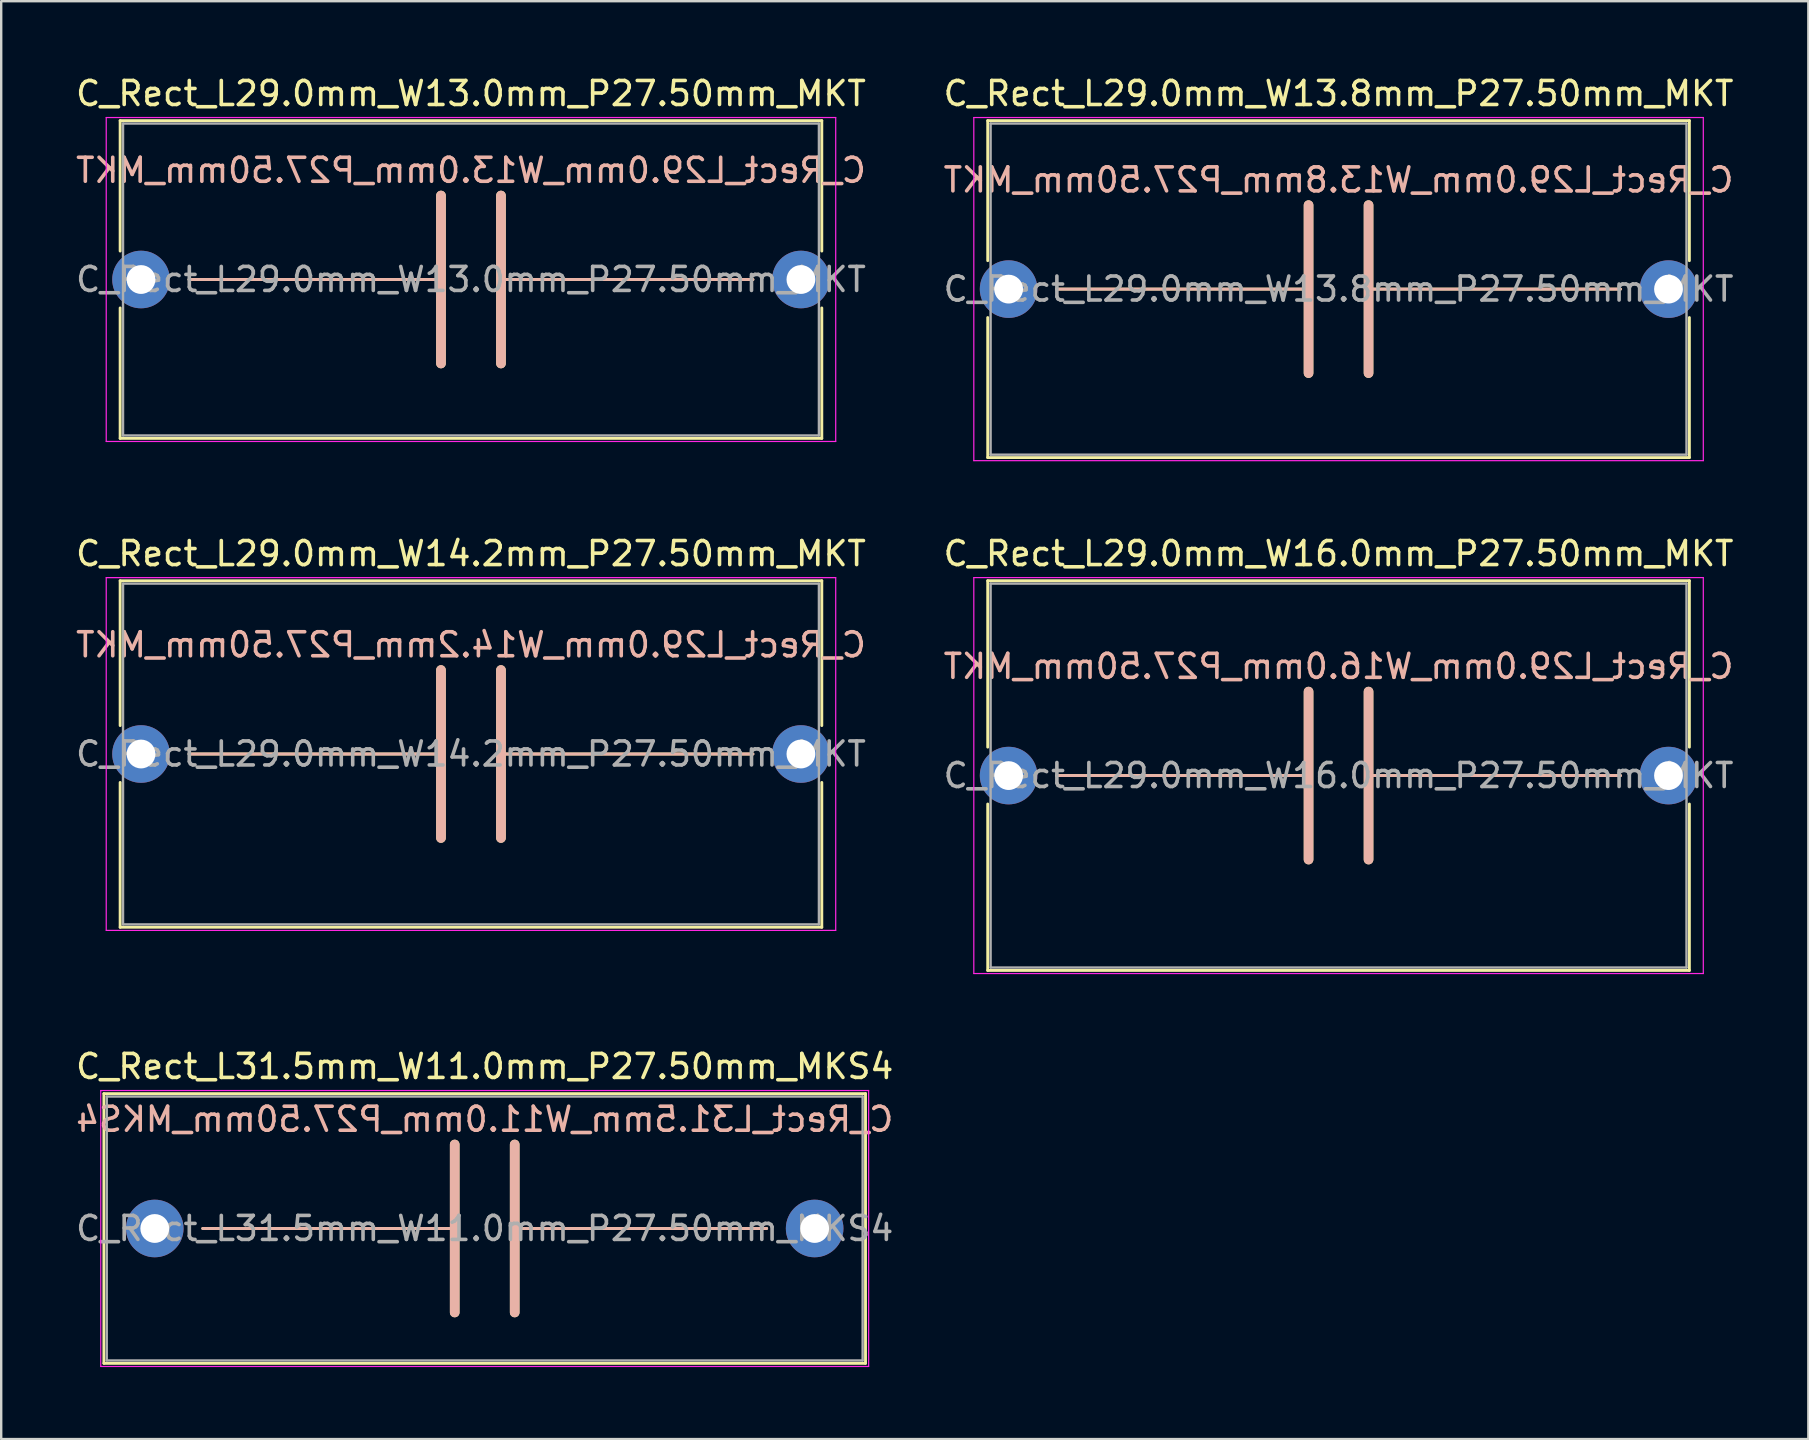
<source format=kicad_pcb>
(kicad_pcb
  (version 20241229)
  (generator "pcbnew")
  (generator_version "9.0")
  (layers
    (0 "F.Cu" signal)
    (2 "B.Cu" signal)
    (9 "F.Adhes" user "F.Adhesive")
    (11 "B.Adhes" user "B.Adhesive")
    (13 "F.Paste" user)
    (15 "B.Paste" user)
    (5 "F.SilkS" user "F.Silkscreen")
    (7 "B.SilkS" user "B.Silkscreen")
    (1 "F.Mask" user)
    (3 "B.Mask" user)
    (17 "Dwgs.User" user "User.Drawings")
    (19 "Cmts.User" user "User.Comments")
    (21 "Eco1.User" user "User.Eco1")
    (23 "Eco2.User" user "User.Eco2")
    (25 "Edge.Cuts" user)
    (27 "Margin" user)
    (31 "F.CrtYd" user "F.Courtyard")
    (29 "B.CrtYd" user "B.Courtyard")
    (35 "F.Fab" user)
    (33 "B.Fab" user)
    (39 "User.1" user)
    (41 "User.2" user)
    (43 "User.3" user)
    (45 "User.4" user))
  (footprint "C_Rect_L29.0mm_W13.8mm_P27.50mm_MKT"
    (layer "F.Cu")
    (at 38.982 8.998)
    (property "Reference" "C_Rect_L29.0mm_W13.8mm_P27.50mm_MKT" (at 13.75 -8.15 0) (layer "F.SilkS") (effects (font (size 1 1) (thickness 0.15))))
    (fp_line (start -0.87 -7.02) (end -0.87 -1.185) (stroke (width 0.12) (type solid)) (layer "F.SilkS"))
    (fp_line (start -0.87 -7.02) (end 28.37 -7.02) (stroke (width 0.12) (type solid)) (layer "F.SilkS"))
    (fp_line (start -0.87 1.185) (end -0.87 7.02) (stroke (width 0.12) (type solid)) (layer "F.SilkS"))
    (fp_line (start -0.87 7.02) (end 28.37 7.02) (stroke (width 0.12) (type solid)) (layer "F.SilkS"))
    (fp_line (start 2 0) (end 12.5 0) (stroke (width 0.12) (type solid)) (layer "F.SilkS"))
    (fp_line (start 12.5 -3.5) (end 12.5 3.5) (stroke (width 0.4) (type solid)) (layer "F.SilkS"))
    (fp_line (start 15 -3.5) (end 15 3.5) (stroke (width 0.4) (type solid)) (layer "F.SilkS"))
    (fp_line (start 15 0) (end 25.5 0) (stroke (width 0.12) (type solid)) (layer "F.SilkS"))
    (fp_line (start 28.37 -7.02) (end 28.37 -1.185) (stroke (width 0.12) (type solid)) (layer "F.SilkS"))
    (fp_line (start 28.37 1.185) (end 28.37 7.02) (stroke (width 0.12) (type solid)) (layer "F.SilkS"))
    (fp_line (start 2 0) (end 12.5 0) (stroke (width 0.12) (type solid)) (layer "B.SilkS"))
    (fp_line (start 12.5 3.5) (end 12.5 -3.5) (stroke (width 0.4) (type solid)) (layer "B.SilkS"))
    (fp_line (start 15 0) (end 25.5 0) (stroke (width 0.12) (type solid)) (layer "B.SilkS"))
    (fp_line (start 15 3.5) (end 15 -3.5) (stroke (width 0.4) (type solid)) (layer "B.SilkS"))
    (fp_line (start -1.45 -7.15) (end -1.45 7.15) (stroke (width 0.05) (type solid)) (layer "F.CrtYd"))
    (fp_line (start -1.45 7.15) (end 28.95 7.15) (stroke (width 0.05) (type solid)) (layer "F.CrtYd"))
    (fp_line (start 28.95 -7.15) (end -1.45 -7.15) (stroke (width 0.05) (type solid)) (layer "F.CrtYd"))
    (fp_line (start 28.95 7.15) (end 28.95 -7.15) (stroke (width 0.05) (type solid)) (layer "F.CrtYd"))
    (fp_line (start -0.75 -6.9) (end -0.75 6.9) (stroke (width 0.1) (type solid)) (layer "F.Fab"))
    (fp_line (start -0.75 6.9) (end 28.25 6.9) (stroke (width 0.1) (type solid)) (layer "F.Fab"))
    (fp_line (start 28.25 -6.9) (end -0.75 -6.9) (stroke (width 0.1) (type solid)) (layer "F.Fab"))
    (fp_line (start 28.25 6.9) (end 28.25 -6.9) (stroke (width 0.1) (type solid)) (layer "F.Fab"))
    (fp_text user "${REFERENCE}" (at 13.75 -4.55 0) (layer "B.SilkS") (effects (font (size 1 1) (thickness 0.15)) (justify mirror)))
    (fp_text user "${REFERENCE}" (at 13.75 0 0) (layer "F.Fab") (effects (font (size 1 1) (thickness 0.15))))
    (pad "1" thru_hole circle (at 0 0) (size 2.4 2.4) (drill 1.2) (layers "*.Cu" "*.Mask"))
    (pad "2" thru_hole circle (at 27.5 0) (size 2.4 2.4) (drill 1.2) (layers "*.Cu" "*.Mask")))
  (footprint "C_Rect_L29.0mm_W16.0mm_P27.50mm_MKT"
    (layer "F.Cu")
    (at 38.982 29.271)
    (property "Reference" "C_Rect_L29.0mm_W16.0mm_P27.50mm_MKT" (at 13.75 -9.25 0) (layer "F.SilkS") (effects (font (size 1 1) (thickness 0.15))))
    (fp_line (start -0.87 -8.12) (end -0.87 -1.185) (stroke (width 0.12) (type solid)) (layer "F.SilkS"))
    (fp_line (start -0.87 -8.12) (end 28.37 -8.12) (stroke (width 0.12) (type solid)) (layer "F.SilkS"))
    (fp_line (start -0.87 1.185) (end -0.87 8.12) (stroke (width 0.12) (type solid)) (layer "F.SilkS"))
    (fp_line (start -0.87 8.12) (end 28.37 8.12) (stroke (width 0.12) (type solid)) (layer "F.SilkS"))
    (fp_line (start 2 0) (end 12.5 0) (stroke (width 0.12) (type solid)) (layer "F.SilkS"))
    (fp_line (start 12.5 -3.5) (end 12.5 3.5) (stroke (width 0.4) (type solid)) (layer "F.SilkS"))
    (fp_line (start 15 -3.5) (end 15 3.5) (stroke (width 0.4) (type solid)) (layer "F.SilkS"))
    (fp_line (start 15 0) (end 25.5 0) (stroke (width 0.12) (type solid)) (layer "F.SilkS"))
    (fp_line (start 28.37 -8.12) (end 28.37 -1.185) (stroke (width 0.12) (type solid)) (layer "F.SilkS"))
    (fp_line (start 28.37 1.185) (end 28.37 8.12) (stroke (width 0.12) (type solid)) (layer "F.SilkS"))
    (fp_line (start 2 0) (end 12.5 0) (stroke (width 0.12) (type solid)) (layer "B.SilkS"))
    (fp_line (start 12.5 3.5) (end 12.5 -3.5) (stroke (width 0.4) (type solid)) (layer "B.SilkS"))
    (fp_line (start 15 0) (end 25.5 0) (stroke (width 0.12) (type solid)) (layer "B.SilkS"))
    (fp_line (start 15 3.5) (end 15 -3.5) (stroke (width 0.4) (type solid)) (layer "B.SilkS"))
    (fp_line (start -1.45 -8.25) (end -1.45 8.25) (stroke (width 0.05) (type solid)) (layer "F.CrtYd"))
    (fp_line (start -1.45 8.25) (end 28.95 8.25) (stroke (width 0.05) (type solid)) (layer "F.CrtYd"))
    (fp_line (start 28.95 -8.25) (end -1.45 -8.25) (stroke (width 0.05) (type solid)) (layer "F.CrtYd"))
    (fp_line (start 28.95 8.25) (end 28.95 -8.25) (stroke (width 0.05) (type solid)) (layer "F.CrtYd"))
    (fp_line (start -0.75 -8) (end -0.75 8) (stroke (width 0.1) (type solid)) (layer "F.Fab"))
    (fp_line (start -0.75 8) (end 28.25 8) (stroke (width 0.1) (type solid)) (layer "F.Fab"))
    (fp_line (start 28.25 -8) (end -0.75 -8) (stroke (width 0.1) (type solid)) (layer "F.Fab"))
    (fp_line (start 28.25 8) (end 28.25 -8) (stroke (width 0.1) (type solid)) (layer "F.Fab"))
    (fp_text user "${REFERENCE}" (at 13.75 -4.55 0) (layer "B.SilkS") (effects (font (size 1 1) (thickness 0.15)) (justify mirror)))
    (fp_text user "${REFERENCE}" (at 13.75 0 0) (layer "F.Fab") (effects (font (size 1 1) (thickness 0.15))))
    (pad "1" thru_hole circle (at 0 0) (size 2.4 2.4) (drill 1.2) (layers "*.Cu" "*.Mask"))
    (pad "2" thru_hole circle (at 27.5 0) (size 2.4 2.4) (drill 1.2) (layers "*.Cu" "*.Mask")))
  (footprint "C_Rect_L29.0mm_W13.0mm_P27.50mm_MKT"
    (layer "F.Cu")
    (at 2.827 8.598)
    (property "Reference" "C_Rect_L29.0mm_W13.0mm_P27.50mm_MKT" (at 13.75 -7.75 0) (layer "F.SilkS") (effects (font (size 1 1) (thickness 0.15))))
    (fp_line (start -0.87 -6.62) (end -0.87 -1.185) (stroke (width 0.12) (type solid)) (layer "F.SilkS"))
    (fp_line (start -0.87 -6.62) (end 28.37 -6.62) (stroke (width 0.12) (type solid)) (layer "F.SilkS"))
    (fp_line (start -0.87 1.185) (end -0.87 6.62) (stroke (width 0.12) (type solid)) (layer "F.SilkS"))
    (fp_line (start -0.87 6.62) (end 28.37 6.62) (stroke (width 0.12) (type solid)) (layer "F.SilkS"))
    (fp_line (start 2 0) (end 12.5 0) (stroke (width 0.12) (type solid)) (layer "F.SilkS"))
    (fp_line (start 12.5 -3.5) (end 12.5 3.5) (stroke (width 0.4) (type solid)) (layer "F.SilkS"))
    (fp_line (start 15 -3.5) (end 15 3.5) (stroke (width 0.4) (type solid)) (layer "F.SilkS"))
    (fp_line (start 15 0) (end 25.5 0) (stroke (width 0.12) (type solid)) (layer "F.SilkS"))
    (fp_line (start 28.37 -6.62) (end 28.37 -1.185) (stroke (width 0.12) (type solid)) (layer "F.SilkS"))
    (fp_line (start 28.37 1.185) (end 28.37 6.62) (stroke (width 0.12) (type solid)) (layer "F.SilkS"))
    (fp_line (start 2 0) (end 12.5 0) (stroke (width 0.12) (type solid)) (layer "B.SilkS"))
    (fp_line (start 12.5 3.5) (end 12.5 -3.5) (stroke (width 0.4) (type solid)) (layer "B.SilkS"))
    (fp_line (start 15 0) (end 25.5 0) (stroke (width 0.12) (type solid)) (layer "B.SilkS"))
    (fp_line (start 15 3.5) (end 15 -3.5) (stroke (width 0.4) (type solid)) (layer "B.SilkS"))
    (fp_line (start -1.45 -6.75) (end -1.45 6.75) (stroke (width 0.05) (type solid)) (layer "F.CrtYd"))
    (fp_line (start -1.45 6.75) (end 28.95 6.75) (stroke (width 0.05) (type solid)) (layer "F.CrtYd"))
    (fp_line (start 28.95 -6.75) (end -1.45 -6.75) (stroke (width 0.05) (type solid)) (layer "F.CrtYd"))
    (fp_line (start 28.95 6.75) (end 28.95 -6.75) (stroke (width 0.05) (type solid)) (layer "F.CrtYd"))
    (fp_line (start -0.75 -6.5) (end -0.75 6.5) (stroke (width 0.1) (type solid)) (layer "F.Fab"))
    (fp_line (start -0.75 6.5) (end 28.25 6.5) (stroke (width 0.1) (type solid)) (layer "F.Fab"))
    (fp_line (start 28.25 -6.5) (end -0.75 -6.5) (stroke (width 0.1) (type solid)) (layer "F.Fab"))
    (fp_line (start 28.25 6.5) (end 28.25 -6.5) (stroke (width 0.1) (type solid)) (layer "F.Fab"))
    (fp_text user "${REFERENCE}" (at 13.75 -4.55 0) (layer "B.SilkS") (effects (font (size 1 1) (thickness 0.15)) (justify mirror)))
    (fp_text user "${REFERENCE}" (at 13.75 0 0) (layer "F.Fab") (effects (font (size 1 1) (thickness 0.15))))
    (pad "1" thru_hole circle (at 0 0) (size 2.4 2.4) (drill 1.2) (layers "*.Cu" "*.Mask"))
    (pad "2" thru_hole circle (at 27.5 0) (size 2.4 2.4) (drill 1.2) (layers "*.Cu" "*.Mask")))
  (footprint "C_Rect_L31.5mm_W11.0mm_P27.50mm_MKS4"
    (layer "F.Cu")
    (at 3.399 48.145)
    (property "Reference" "C_Rect_L31.5mm_W11.0mm_P27.50mm_MKS4" (at 13.75 -6.75 0) (layer "F.SilkS") (effects (font (size 1 1) (thickness 0.15))))
    (fp_line (start -2.12 -5.62) (end -2.12 5.62) (stroke (width 0.12) (type solid)) (layer "F.SilkS"))
    (fp_line (start -2.12 -5.62) (end 29.62 -5.62) (stroke (width 0.12) (type solid)) (layer "F.SilkS"))
    (fp_line (start -2.12 5.62) (end 29.62 5.62) (stroke (width 0.12) (type solid)) (layer "F.SilkS"))
    (fp_line (start 2 0) (end 12.5 0) (stroke (width 0.12) (type solid)) (layer "F.SilkS"))
    (fp_line (start 12.5 -3.5) (end 12.5 3.5) (stroke (width 0.4) (type solid)) (layer "F.SilkS"))
    (fp_line (start 15 -3.5) (end 15 3.5) (stroke (width 0.4) (type solid)) (layer "F.SilkS"))
    (fp_line (start 15 0) (end 25.5 0) (stroke (width 0.12) (type solid)) (layer "F.SilkS"))
    (fp_line (start 29.62 -5.62) (end 29.62 5.62) (stroke (width 0.12) (type solid)) (layer "F.SilkS"))
    (fp_line (start 2 0) (end 12.5 0) (stroke (width 0.12) (type solid)) (layer "B.SilkS"))
    (fp_line (start 12.5 3.5) (end 12.5 -3.5) (stroke (width 0.4) (type solid)) (layer "B.SilkS"))
    (fp_line (start 15 0) (end 25.5 0) (stroke (width 0.12) (type solid)) (layer "B.SilkS"))
    (fp_line (start 15 3.5) (end 15 -3.5) (stroke (width 0.4) (type solid)) (layer "B.SilkS"))
    (fp_line (start -2.25 -5.75) (end -2.25 5.75) (stroke (width 0.05) (type solid)) (layer "F.CrtYd"))
    (fp_line (start -2.25 5.75) (end 29.75 5.75) (stroke (width 0.05) (type solid)) (layer "F.CrtYd"))
    (fp_line (start 29.75 -5.75) (end -2.25 -5.75) (stroke (width 0.05) (type solid)) (layer "F.CrtYd"))
    (fp_line (start 29.75 5.75) (end 29.75 -5.75) (stroke (width 0.05) (type solid)) (layer "F.CrtYd"))
    (fp_line (start -2 -5.5) (end -2 5.5) (stroke (width 0.1) (type solid)) (layer "F.Fab"))
    (fp_line (start -2 5.5) (end 29.5 5.5) (stroke (width 0.1) (type solid)) (layer "F.Fab"))
    (fp_line (start 29.5 -5.5) (end -2 -5.5) (stroke (width 0.1) (type solid)) (layer "F.Fab"))
    (fp_line (start 29.5 5.5) (end 29.5 -5.5) (stroke (width 0.1) (type solid)) (layer "F.Fab"))
    (fp_text user "${REFERENCE}" (at 13.75 -4.55 0) (layer "B.SilkS") (effects (font (size 1 1) (thickness 0.15)) (justify mirror)))
    (fp_text user "${REFERENCE}" (at 13.75 0 0) (layer "F.Fab") (effects (font (size 1 1) (thickness 0.15))))
    (pad "1" thru_hole circle (at 0 0) (size 2.4 2.4) (drill 1.2) (layers "*.Cu" "*.Mask"))
    (pad "2" thru_hole circle (at 27.5 0) (size 2.4 2.4) (drill 1.2) (layers "*.Cu" "*.Mask")))
  (footprint "C_Rect_L29.0mm_W14.2mm_P27.50mm_MKT"
    (layer "F.Cu")
    (at 2.827 28.372)
    (property "Reference" "C_Rect_L29.0mm_W14.2mm_P27.50mm_MKT" (at 13.75 -8.35 0) (layer "F.SilkS") (effects (font (size 1 1) (thickness 0.15))))
    (fp_line (start -0.87 -7.22) (end -0.87 -1.185) (stroke (width 0.12) (type solid)) (layer "F.SilkS"))
    (fp_line (start -0.87 -7.22) (end 28.37 -7.22) (stroke (width 0.12) (type solid)) (layer "F.SilkS"))
    (fp_line (start -0.87 1.185) (end -0.87 7.22) (stroke (width 0.12) (type solid)) (layer "F.SilkS"))
    (fp_line (start -0.87 7.22) (end 28.37 7.22) (stroke (width 0.12) (type solid)) (layer "F.SilkS"))
    (fp_line (start 2 0) (end 12.5 0) (stroke (width 0.12) (type solid)) (layer "F.SilkS"))
    (fp_line (start 12.5 -3.5) (end 12.5 3.5) (stroke (width 0.4) (type solid)) (layer "F.SilkS"))
    (fp_line (start 15 -3.5) (end 15 3.5) (stroke (width 0.4) (type solid)) (layer "F.SilkS"))
    (fp_line (start 15 0) (end 25.5 0) (stroke (width 0.12) (type solid)) (layer "F.SilkS"))
    (fp_line (start 28.37 -7.22) (end 28.37 -1.185) (stroke (width 0.12) (type solid)) (layer "F.SilkS"))
    (fp_line (start 28.37 1.185) (end 28.37 7.22) (stroke (width 0.12) (type solid)) (layer "F.SilkS"))
    (fp_line (start 2 0) (end 12.5 0) (stroke (width 0.12) (type solid)) (layer "B.SilkS"))
    (fp_line (start 12.5 3.5) (end 12.5 -3.5) (stroke (width 0.4) (type solid)) (layer "B.SilkS"))
    (fp_line (start 15 0) (end 25.5 0) (stroke (width 0.12) (type solid)) (layer "B.SilkS"))
    (fp_line (start 15 3.5) (end 15 -3.5) (stroke (width 0.4) (type solid)) (layer "B.SilkS"))
    (fp_line (start -1.45 -7.35) (end -1.45 7.35) (stroke (width 0.05) (type solid)) (layer "F.CrtYd"))
    (fp_line (start -1.45 7.35) (end 28.95 7.35) (stroke (width 0.05) (type solid)) (layer "F.CrtYd"))
    (fp_line (start 28.95 -7.35) (end -1.45 -7.35) (stroke (width 0.05) (type solid)) (layer "F.CrtYd"))
    (fp_line (start 28.95 7.35) (end 28.95 -7.35) (stroke (width 0.05) (type solid)) (layer "F.CrtYd"))
    (fp_line (start -0.75 -7.1) (end -0.75 7.1) (stroke (width 0.1) (type solid)) (layer "F.Fab"))
    (fp_line (start -0.75 7.1) (end 28.25 7.1) (stroke (width 0.1) (type solid)) (layer "F.Fab"))
    (fp_line (start 28.25 -7.1) (end -0.75 -7.1) (stroke (width 0.1) (type solid)) (layer "F.Fab"))
    (fp_line (start 28.25 7.1) (end 28.25 -7.1) (stroke (width 0.1) (type solid)) (layer "F.Fab"))
    (fp_text user "${REFERENCE}" (at 13.75 -4.55 0) (layer "B.SilkS") (effects (font (size 1 1) (thickness 0.15)) (justify mirror)))
    (fp_text user "${REFERENCE}" (at 13.75 0 0) (layer "F.Fab") (effects (font (size 1 1) (thickness 0.15))))
    (pad "1" thru_hole circle (at 0 0) (size 2.4 2.4) (drill 1.2) (layers "*.Cu" "*.Mask"))
    (pad "2" thru_hole circle (at 27.5 0) (size 2.4 2.4) (drill 1.2) (layers "*.Cu" "*.Mask")))
  (gr_rect
    (start -3 -3)
    (end 72.31 56.92)
    (stroke (width 0.1) (type default))
    (fill no)
    (layer "Edge.Cuts")))
</source>
